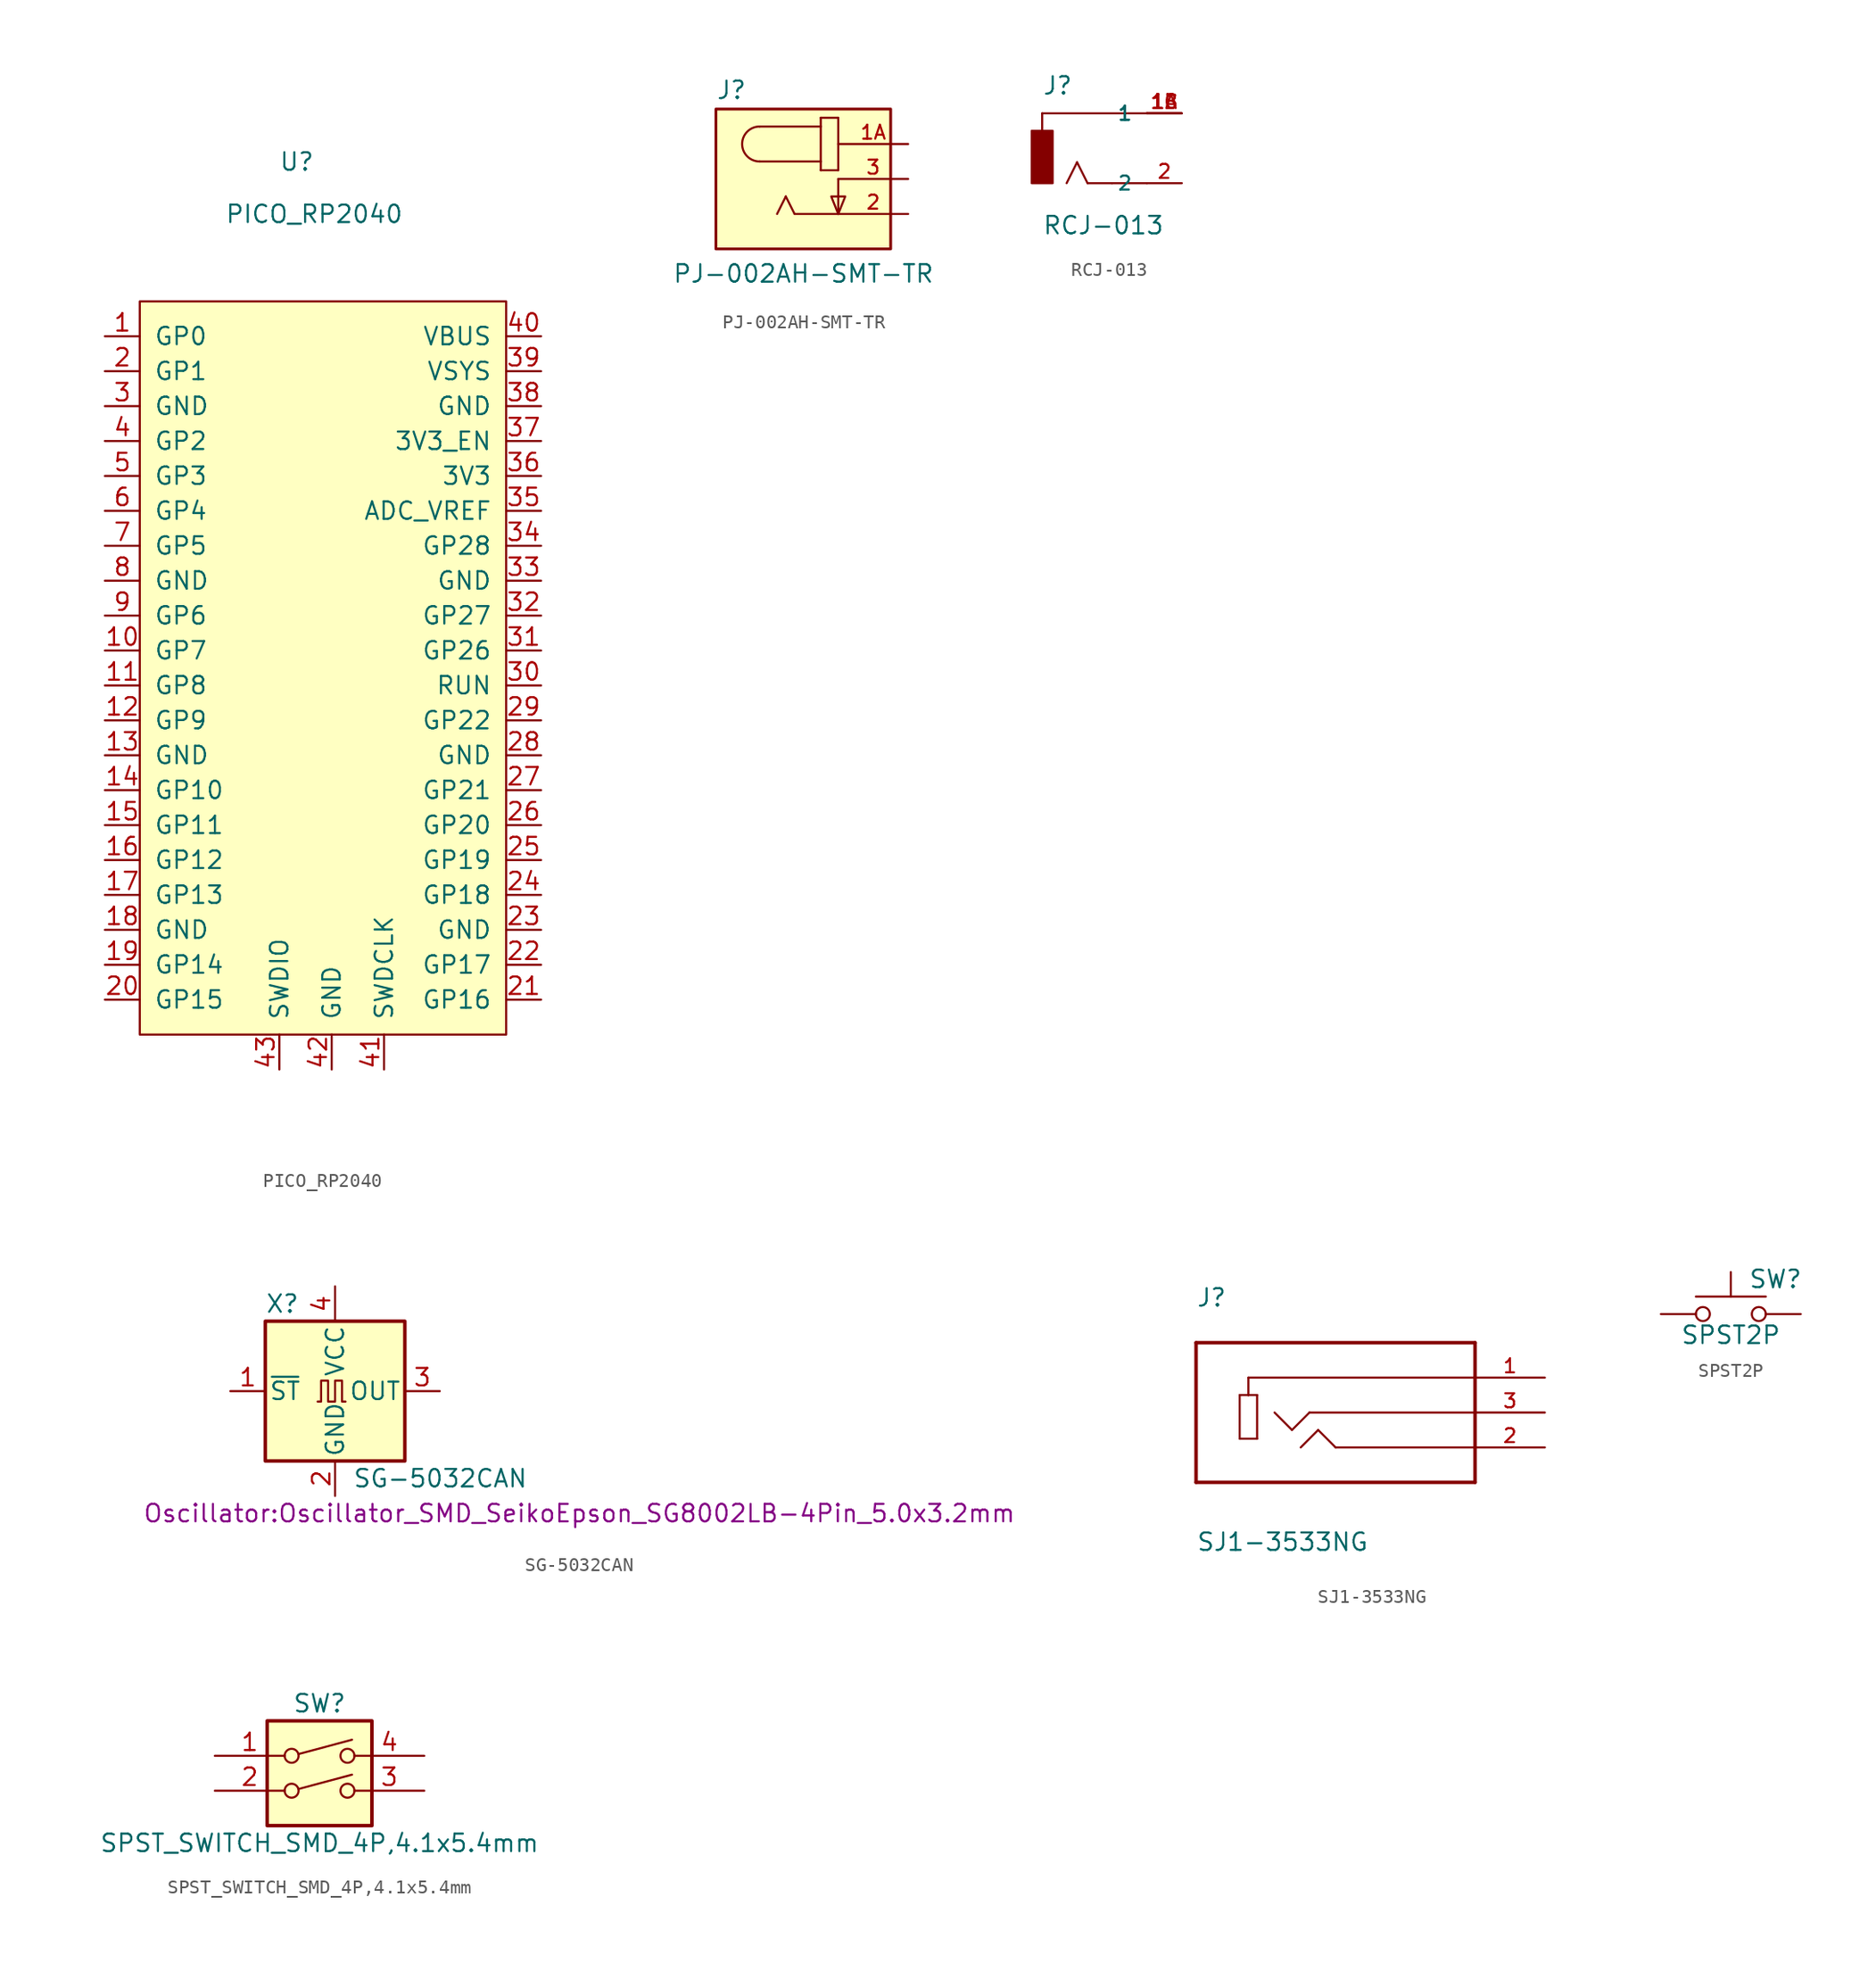
<source format=kicad_sym>
(kicad_symbol_lib
  (version 20241209)
  (generator "kicad_symbol_editor")
  (generator_version "9.0")
  (symbol "PICO_RP2040"
    (pin_names
      (offset 1.016))
    (property "Reference" "U"
      (at -2.54 36.83 0)
      (effects (font (size 1.27 1.27))))
    (property "Value" "PICO_RP2040"
      (at -1.27 33.02 0)
      (effects (font (size 1.27 1.27))))
    (symbol "PICO_RP2040_0_1"
      (rectangle (start -13.97 26.67) (end 12.7 -26.67) (stroke (width 0) (type solid)) (fill (type background))))
    (symbol "PICO_RP2040_1_1"
      (pin tri_state line (at -16.51 24.13 0) (length 2.54) (name "GP0" (effects (font (size 1.27 1.27)))) (number "1" (effects (font (size 1.27 1.27)))))
      (pin tri_state line (at -16.51 21.59 0) (length 2.54) (name "GP1" (effects (font (size 1.27 1.27)))) (number "2" (effects (font (size 1.27 1.27)))))
      (pin input line (at -16.51 19.05 0) (length 2.54) (name "GND" (effects (font (size 1.27 1.27)))) (number "3" (effects (font (size 1.27 1.27)))))
      (pin tri_state line (at -16.51 16.51 0) (length 2.54) (name "GP2" (effects (font (size 1.27 1.27)))) (number "4" (effects (font (size 1.27 1.27)))))
      (pin tri_state line (at -16.51 13.97 0) (length 2.54) (name "GP3" (effects (font (size 1.27 1.27)))) (number "5" (effects (font (size 1.27 1.27)))))
      (pin tri_state line (at -16.51 11.43 0) (length 2.54) (name "GP4" (effects (font (size 1.27 1.27)))) (number "6" (effects (font (size 1.27 1.27)))))
      (pin tri_state line (at -16.51 8.89 0) (length 2.54) (name "GP5" (effects (font (size 1.27 1.27)))) (number "7" (effects (font (size 1.27 1.27)))))
      (pin input line (at -16.51 6.35 0) (length 2.54) (name "GND" (effects (font (size 1.27 1.27)))) (number "8" (effects (font (size 1.27 1.27)))))
      (pin tri_state line (at -16.51 3.81 0) (length 2.54) (name "GP6" (effects (font (size 1.27 1.27)))) (number "9" (effects (font (size 1.27 1.27)))))
      (pin tri_state line (at -16.51 1.27 0) (length 2.54) (name "GP7" (effects (font (size 1.27 1.27)))) (number "10" (effects (font (size 1.27 1.27)))))
      (pin tri_state line (at -16.51 -1.27 0) (length 2.54) (name "GP8" (effects (font (size 1.27 1.27)))) (number "11" (effects (font (size 1.27 1.27)))))
      (pin tri_state line (at -16.51 -3.81 0) (length 2.54) (name "GP9" (effects (font (size 1.27 1.27)))) (number "12" (effects (font (size 1.27 1.27)))))
      (pin input line (at -16.51 -6.35 0) (length 2.54) (name "GND" (effects (font (size 1.27 1.27)))) (number "13" (effects (font (size 1.27 1.27)))))
      (pin tri_state line (at -16.51 -8.89 0) (length 2.54) (name "GP10" (effects (font (size 1.27 1.27)))) (number "14" (effects (font (size 1.27 1.27)))))
      (pin tri_state line (at -16.51 -11.43 0) (length 2.54) (name "GP11" (effects (font (size 1.27 1.27)))) (number "15" (effects (font (size 1.27 1.27)))))
      (pin tri_state line (at -16.51 -13.97 0) (length 2.54) (name "GP12" (effects (font (size 1.27 1.27)))) (number "16" (effects (font (size 1.27 1.27)))))
      (pin tri_state line (at -16.51 -16.51 0) (length 2.54) (name "GP13" (effects (font (size 1.27 1.27)))) (number "17" (effects (font (size 1.27 1.27)))))
      (pin input line (at -16.51 -19.05 0) (length 2.54) (name "GND" (effects (font (size 1.27 1.27)))) (number "18" (effects (font (size 1.27 1.27)))))
      (pin tri_state line (at -16.51 -21.59 0) (length 2.54) (name "GP14" (effects (font (size 1.27 1.27)))) (number "19" (effects (font (size 1.27 1.27)))))
      (pin tri_state line (at -16.51 -24.13 0) (length 2.54) (name "GP15" (effects (font (size 1.27 1.27)))) (number "20" (effects (font (size 1.27 1.27)))))
      (pin tri_state line (at -3.81 -29.21 90) (length 2.54) (name "SWDIO" (effects (font (size 1.27 1.27)))) (number "43" (effects (font (size 1.27 1.27)))))
      (pin power_in line (at 0 -29.21 90) (length 2.54) (name "GND" (effects (font (size 1.27 1.27)))) (number "42" (effects (font (size 1.27 1.27)))))
      (pin input line (at 3.81 -29.21 90) (length 2.54) (name "SWDCLK" (effects (font (size 1.27 1.27)))) (number "41" (effects (font (size 1.27 1.27)))))
      (pin input line (at 15.24 24.13 180) (length 2.54) (name "VBUS" (effects (font (size 1.27 1.27)))) (number "40" (effects (font (size 1.27 1.27)))))
      (pin input line (at 15.24 21.59 180) (length 2.54) (name "VSYS" (effects (font (size 1.27 1.27)))) (number "39" (effects (font (size 1.27 1.27)))))
      (pin input line (at 15.24 19.05 180) (length 2.54) (name "GND" (effects (font (size 1.27 1.27)))) (number "38" (effects (font (size 1.27 1.27)))))
      (pin power_out line (at 15.24 16.51 180) (length 2.54) (name "3V3_EN" (effects (font (size 1.27 1.27)))) (number "37" (effects (font (size 1.27 1.27)))))
      (pin power_out line (at 15.24 13.97 180) (length 2.54) (name "3V3" (effects (font (size 1.27 1.27)))) (number "36" (effects (font (size 1.27 1.27)))))
      (pin power_out line (at 15.24 11.43 180) (length 2.54) (name "ADC_VREF" (effects (font (size 1.27 1.27)))) (number "35" (effects (font (size 1.27 1.27)))))
      (pin tri_state line (at 15.24 8.89 180) (length 2.54) (name "GP28" (effects (font (size 1.27 1.27)))) (number "34" (effects (font (size 1.27 1.27)))))
      (pin input line (at 15.24 6.35 180) (length 2.54) (name "GND" (effects (font (size 1.27 1.27)))) (number "33" (effects (font (size 1.27 1.27)))))
      (pin tri_state line (at 15.24 3.81 180) (length 2.54) (name "GP27" (effects (font (size 1.27 1.27)))) (number "32" (effects (font (size 1.27 1.27)))))
      (pin tri_state line (at 15.24 1.27 180) (length 2.54) (name "GP26" (effects (font (size 1.27 1.27)))) (number "31" (effects (font (size 1.27 1.27)))))
      (pin input line (at 15.24 -1.27 180) (length 2.54) (name "RUN" (effects (font (size 1.27 1.27)))) (number "30" (effects (font (size 1.27 1.27)))))
      (pin tri_state line (at 15.24 -3.81 180) (length 2.54) (name "GP22" (effects (font (size 1.27 1.27)))) (number "29" (effects (font (size 1.27 1.27)))))
      (pin input line (at 15.24 -6.35 180) (length 2.54) (name "GND" (effects (font (size 1.27 1.27)))) (number "28" (effects (font (size 1.27 1.27)))))
      (pin tri_state line (at 15.24 -8.89 180) (length 2.54) (name "GP21" (effects (font (size 1.27 1.27)))) (number "27" (effects (font (size 1.27 1.27)))))
      (pin tri_state line (at 15.24 -11.43 180) (length 2.54) (name "GP20" (effects (font (size 1.27 1.27)))) (number "26" (effects (font (size 1.27 1.27)))))
      (pin tri_state line (at 15.24 -13.97 180) (length 2.54) (name "GP19" (effects (font (size 1.27 1.27)))) (number "25" (effects (font (size 1.27 1.27)))))
      (pin tri_state line (at 15.24 -16.51 180) (length 2.54) (name "GP18" (effects (font (size 1.27 1.27)))) (number "24" (effects (font (size 1.27 1.27)))))
      (pin input line (at 15.24 -19.05 180) (length 2.54) (name "GND" (effects (font (size 1.27 1.27)))) (number "23" (effects (font (size 1.27 1.27)))))
      (pin tri_state line (at 15.24 -21.59 180) (length 2.54) (name "GP17" (effects (font (size 1.27 1.27)))) (number "22" (effects (font (size 1.27 1.27)))))
      (pin tri_state line (at 15.24 -24.13 180) (length 2.54) (name "GP16" (effects (font (size 1.27 1.27)))) (number "21" (effects (font (size 1.27 1.27)))))))
  (symbol "PJ-002AH-SMT-TR"
    (pin_names
      (offset 1.016)
      (hide yes))
    (property "Reference" "J"
      (at -8.89 5.715 0)
      (effects (font (size 1.27 1.27)) (justify left bottom)))
    (property "Value" "PJ-002AH-SMT-TR"
      (at -12.065 -7.62 0)
      (effects (font (size 1.27 1.27)) (justify left bottom)))
    (symbol "PJ-002AH-SMT-TR_0_0"
      (polyline (pts (xy -5.715 3.81) (xy -1.27 3.81)) (stroke (width 0.152) (type solid)) (fill (type none)))
      (arc (start -5.715 1.27) (mid -6.985 2.54) (end -5.715 3.81) (stroke (width 0.1524) (type solid)) (fill (type none)))
      (polyline (pts (xy -3.81 -1.27) (xy -4.445 -2.54)) (stroke (width 0.152) (type solid)) (fill (type none)))
      (polyline (pts (xy -3.175 -2.54) (xy -3.81 -1.27)) (stroke (width 0.152) (type solid)) (fill (type none)))
      (polyline (pts (xy -1.27 4.445) (xy -1.27 3.81)) (stroke (width 0.152) (type solid)) (fill (type none)))
      (polyline (pts (xy -1.27 3.81) (xy -1.27 1.27)) (stroke (width 0.152) (type solid)) (fill (type none)))
      (polyline (pts (xy -1.27 1.27) (xy -5.715 1.27)) (stroke (width 0.152) (type solid)) (fill (type none)))
      (polyline (pts (xy -1.27 1.27) (xy -1.27 0.635)) (stroke (width 0.152) (type solid)) (fill (type none)))
      (polyline (pts (xy -1.27 0.635) (xy 0 0.635)) (stroke (width 0.152) (type solid)) (fill (type none)))
      (polyline (pts (xy 0 4.445) (xy -1.27 4.445)) (stroke (width 0.152) (type solid)) (fill (type none)))
      (polyline (pts (xy 0 0.635) (xy 0 4.445)) (stroke (width 0.152) (type solid)) (fill (type none)))
      (polyline (pts (xy 0 0) (xy 0 -2.54)) (stroke (width 0.152) (type solid)) (fill (type none)))
      (polyline (pts (xy 0 -2.54) (xy -3.175 -2.54)) (stroke (width 0.152) (type solid)) (fill (type none)))
      (polyline (pts (xy 0 -2.54) (xy -0.508 -1.27) (xy 0.508 -1.27) (xy 0 -2.54)) (stroke (width 0.152) (type solid)) (fill (type background)))
      (pin passive line (at 5.08 2.54 180) (length 5.08) (name "~" (effects (font (size 1.016 1.016)))) (number "1A" (effects (font (size 1.016 1.016)))))
      (pin passive line (at 5.08 2.54 180) (length 5.08) (hide yes) (name "~" (effects (font (size 1.016 1.016)))) (number "1B" (effects (font (size 1.016 1.016)))))
      (pin passive line (at 5.08 0 180) (length 5.08) (name "~" (effects (font (size 1.016 1.016)))) (number "3" (effects (font (size 1.016 1.016)))))
      (pin passive line (at 5.08 -2.54 180) (length 5.08) (name "~" (effects (font (size 1.016 1.016)))) (number "2" (effects (font (size 1.016 1.016))))))
    (symbol "PJ-002AH-SMT-TR_0_1"
      (rectangle (start -8.89 5.08) (end 3.81 -5.08) (stroke (width 0.203) (type solid)) (fill (type background)))))
  (symbol "RCJ-013"
    (pin_names
      (offset 1.016))
    (property "Reference" "J"
      (at -2.54 3.81 0)
      (effects (font (size 1.27 1.27)) (justify left bottom)))
    (property "Value" "RCJ-013"
      (at -2.54 -6.35 0)
      (effects (font (size 1.27 1.27)) (justify left bottom)))
    (property "ki_locked" ""
      (at 0 0 0)
      (effects (font (size 1.27 1.27))))
    (symbol "RCJ-013_0_0"
      (rectangle (start -3.302 -2.54) (end -1.778 1.27) (stroke (width 0) (type solid)) (fill (type outline)))
      (polyline (pts (xy -2.54 2.54) (xy -2.54 1.27)) (stroke (width 0.152) (type solid)) (fill (type none)))
      (polyline (pts (xy 0 -1.016) (xy -0.762 -2.54)) (stroke (width 0.152) (type solid)) (fill (type none)))
      (polyline (pts (xy 0.762 -2.54) (xy 0 -1.016)) (stroke (width 0.152) (type solid)) (fill (type none)))
      (polyline (pts (xy 2.54 -2.54) (xy 0.762 -2.54)) (stroke (width 0.152) (type solid)) (fill (type none)))
      (polyline (pts (xy 5.08 2.54) (xy -2.54 2.54)) (stroke (width 0.152) (type solid)) (fill (type none)))
      (polyline (pts (xy 5.08 -2.54) (xy 2.54 -2.54)) (stroke (width 0.152) (type solid)) (fill (type none)))
      (pin passive line (at 7.62 2.54 180) (length 2.54) (name "1" (effects (font (size 1.016 1.016)))) (number "1A" (effects (font (size 1.016 1.016)))))
      (pin passive line (at 7.62 2.54 180) (length 2.54) (name "1" (effects (font (size 1.016 1.016)))) (number "1B" (effects (font (size 1.016 1.016)))))
      (pin passive line (at 7.62 2.54 180) (length 2.54) (name "1" (effects (font (size 1.016 1.016)))) (number "1C" (effects (font (size 1.016 1.016)))))
      (pin passive line (at 7.62 -2.54 180) (length 2.54) (name "2" (effects (font (size 1.016 1.016)))) (number "2" (effects (font (size 1.016 1.016)))))))
  (symbol "SG-5032CAN"
    (pin_names
      (offset 0.254))
    (property "Reference" "X"
      (at -5.08 6.35 0)
      (effects (font (size 1.27 1.27)) (justify left)))
    (property "Value" "SG-5032CAN"
      (at 1.27 -6.35 0)
      (effects (font (size 1.27 1.27)) (justify left)))
    (property "Footprint" "Oscillator:Oscillator_SMD_SeikoEpson_SG8002LB-4Pin_5.0x3.2mm"
      (at 17.78 -8.89 0)
      (effects (font (size 1.27 1.27))))
    (symbol "SG-5032CAN_0_1"
      (rectangle (start -5.08 5.08) (end 5.08 -5.08) (stroke (width 0.254) (type solid)) (fill (type background)))
      (polyline (pts (xy -1.27 -0.762) (xy -1.016 -0.762) (xy -1.016 0.762) (xy -0.508 0.762) (xy -0.508 -0.762) (xy 0 -0.762) (xy 0 0.762) (xy 0.508 0.762) (xy 0.508 -0.762) (xy 0.762 -0.762)) (stroke (width 0) (type solid)) (fill (type none))))
    (symbol "SG-5032CAN_1_1"
      (pin input line (at -7.62 0 0) (length 2.54) (name "~{ST}" (effects (font (size 1.27 1.27)))) (number "1" (effects (font (size 1.27 1.27)))))
      (pin power_in line (at 0 7.62 270) (length 2.54) (name "VCC" (effects (font (size 1.27 1.27)))) (number "4" (effects (font (size 1.27 1.27)))))
      (pin power_in line (at 0 -7.62 90) (length 2.54) (name "GND" (effects (font (size 1.27 1.27)))) (number "2" (effects (font (size 1.27 1.27)))))
      (pin output line (at 7.62 0 180) (length 2.54) (name "OUT" (effects (font (size 1.27 1.27)))) (number "3" (effects (font (size 1.27 1.27)))))))
  (symbol "SJ1-3533NG"
    (pin_names
      (offset 1.016)
      (hide yes))
    (property "Reference" "J"
      (at -10.16 7.62 0)
      (effects (font (size 1.27 1.27)) (justify left bottom)))
    (property "Value" "SJ1-3533NG"
      (at -10.16 -10.16 0)
      (effects (font (size 1.27 1.27)) (justify left bottom)))
    (property "ki_locked" ""
      (at 0 0 0)
      (effects (font (size 1.27 1.27))))
    (symbol "SJ1-3533NG_0_0"
      (polyline (pts (xy -10.16 5.08) (xy -10.16 -5.08)) (stroke (width 0.254) (type solid)) (fill (type none)))
      (polyline (pts (xy -10.16 -5.08) (xy 10.16 -5.08)) (stroke (width 0.254) (type solid)) (fill (type none)))
      (polyline (pts (xy -6.985 1.27) (xy -6.35 1.27)) (stroke (width 0.152) (type solid)) (fill (type none)))
      (polyline (pts (xy -6.985 -1.905) (xy -6.985 1.27)) (stroke (width 0.152) (type solid)) (fill (type none)))
      (polyline (pts (xy -6.35 2.54) (xy -6.35 1.27)) (stroke (width 0.152) (type solid)) (fill (type none)))
      (polyline (pts (xy -6.35 1.27) (xy -5.715 1.27)) (stroke (width 0.152) (type solid)) (fill (type none)))
      (polyline (pts (xy -5.715 1.27) (xy -5.715 -1.905)) (stroke (width 0.152) (type solid)) (fill (type none)))
      (polyline (pts (xy -5.715 -1.905) (xy -6.985 -1.905)) (stroke (width 0.152) (type solid)) (fill (type none)))
      (polyline (pts (xy -3.175 -1.27) (xy -4.445 0)) (stroke (width 0.152) (type solid)) (fill (type none)))
      (polyline (pts (xy -1.905 0) (xy -3.175 -1.27)) (stroke (width 0.152) (type solid)) (fill (type none)))
      (polyline (pts (xy -1.27 -1.27) (xy -2.54 -2.54)) (stroke (width 0.152) (type solid)) (fill (type none)))
      (polyline (pts (xy 0 -2.54) (xy -1.27 -1.27)) (stroke (width 0.152) (type solid)) (fill (type none)))
      (polyline (pts (xy 10.16 5.08) (xy -10.16 5.08)) (stroke (width 0.254) (type solid)) (fill (type none)))
      (polyline (pts (xy 10.16 2.54) (xy -6.35 2.54)) (stroke (width 0.152) (type solid)) (fill (type none)))
      (polyline (pts (xy 10.16 2.54) (xy 10.16 5.08)) (stroke (width 0.254) (type solid)) (fill (type none)))
      (polyline (pts (xy 10.16 0) (xy -1.905 0)) (stroke (width 0.152) (type solid)) (fill (type none)))
      (polyline (pts (xy 10.16 0) (xy 10.16 2.54)) (stroke (width 0.254) (type solid)) (fill (type none)))
      (polyline (pts (xy 10.16 -2.54) (xy 0 -2.54)) (stroke (width 0.152) (type solid)) (fill (type none)))
      (polyline (pts (xy 10.16 -2.54) (xy 10.16 0)) (stroke (width 0.254) (type solid)) (fill (type none)))
      (polyline (pts (xy 10.16 -5.08) (xy 10.16 -2.54)) (stroke (width 0.254) (type solid)) (fill (type none)))
      (pin passive line (at 15.24 2.54 180) (length 5.08) (name "~" (effects (font (size 1.016 1.016)))) (number "1" (effects (font (size 1.016 1.016)))))
      (pin passive line (at 15.24 0 180) (length 5.08) (name "~" (effects (font (size 1.016 1.016)))) (number "3" (effects (font (size 1.016 1.016)))))
      (pin passive line (at 15.24 -2.54 180) (length 5.08) (name "~" (effects (font (size 1.016 1.016)))) (number "2" (effects (font (size 1.016 1.016)))))))
  (symbol "SPST2P"
    (pin_numbers
      (hide yes))
    (pin_names
      (offset 1.016)
      (hide yes))
    (property "Reference" "SW"
      (at 1.27 2.54 0)
      (effects (font (size 1.27 1.27)) (justify left)))
    (property "Value" "SPST2P"
      (at 0 -1.524 0)
      (effects (font (size 1.27 1.27))))
    (symbol "SPST2P_0_1"
      (circle (center -2.032 0) (radius 0.508) (stroke (width 0) (type solid)) (fill (type none)))
      (polyline (pts (xy 0 1.27) (xy 0 3.048)) (stroke (width 0) (type solid)) (fill (type none)))
      (circle (center 2.032 0) (radius 0.508) (stroke (width 0) (type solid)) (fill (type none)))
      (polyline (pts (xy 2.54 1.27) (xy -2.54 1.27)) (stroke (width 0) (type solid)) (fill (type none)))
      (pin passive line (at -5.08 0 0) (length 2.54) (name "1" (effects (font (size 1.27 1.27)))) (number "1" (effects (font (size 1.27 1.27)))))
      (pin passive line (at 5.08 0 180) (length 2.54) (name "2" (effects (font (size 1.27 1.27)))) (number "2" (effects (font (size 1.27 1.27)))))))
  (symbol "SPST_SWITCH_SMD_4P,4.1x5.4mm"
    (pin_names
      (offset 0)
      (hide yes))
    (property "Reference" "SW"
      (at 0 6.35 0)
      (effects (font (size 1.27 1.27))))
    (property "Value" "SPST_SWITCH_SMD_4P,4.1x5.4mm"
      (at 0 -3.81 0)
      (effects (font (size 1.27 1.27))))
    (symbol "SPST_SWITCH_SMD_4P,4.1x5.4mm_0_0"
      (circle (center -2.032 2.54) (radius 0.508) (stroke (width 0) (type solid)) (fill (type none)))
      (circle (center -2.032 0) (radius 0.508) (stroke (width 0) (type solid)) (fill (type none)))
      (polyline (pts (xy -1.524 2.667) (xy 2.362 3.708)) (stroke (width 0) (type solid)) (fill (type none)))
      (polyline (pts (xy -1.524 0.127) (xy 2.362 1.168)) (stroke (width 0) (type solid)) (fill (type none)))
      (circle (center 2.032 2.54) (radius 0.508) (stroke (width 0) (type solid)) (fill (type none)))
      (circle (center 2.032 0) (radius 0.508) (stroke (width 0) (type solid)) (fill (type none))))
    (symbol "SPST_SWITCH_SMD_4P,4.1x5.4mm_0_1"
      (rectangle (start -3.81 5.08) (end 3.81 -2.54) (stroke (width 0.254) (type solid)) (fill (type background))))
    (symbol "SPST_SWITCH_SMD_4P,4.1x5.4mm_1_1"
      (pin passive line (at -7.62 2.54 0) (length 5.08) (name "~" (effects (font (size 1.27 1.27)))) (number "1" (effects (font (size 1.27 1.27)))))
      (pin passive line (at -7.62 0 0) (length 5.08) (name "~" (effects (font (size 1.27 1.27)))) (number "2" (effects (font (size 1.27 1.27)))))
      (pin passive line (at 7.62 2.54 180) (length 5.08) (name "~" (effects (font (size 1.27 1.27)))) (number "4" (effects (font (size 1.27 1.27)))))
      (pin passive line (at 7.62 0 180) (length 5.08) (name "~" (effects (font (size 1.27 1.27)))) (number "3" (effects (font (size 1.27 1.27))))))))
</source>
